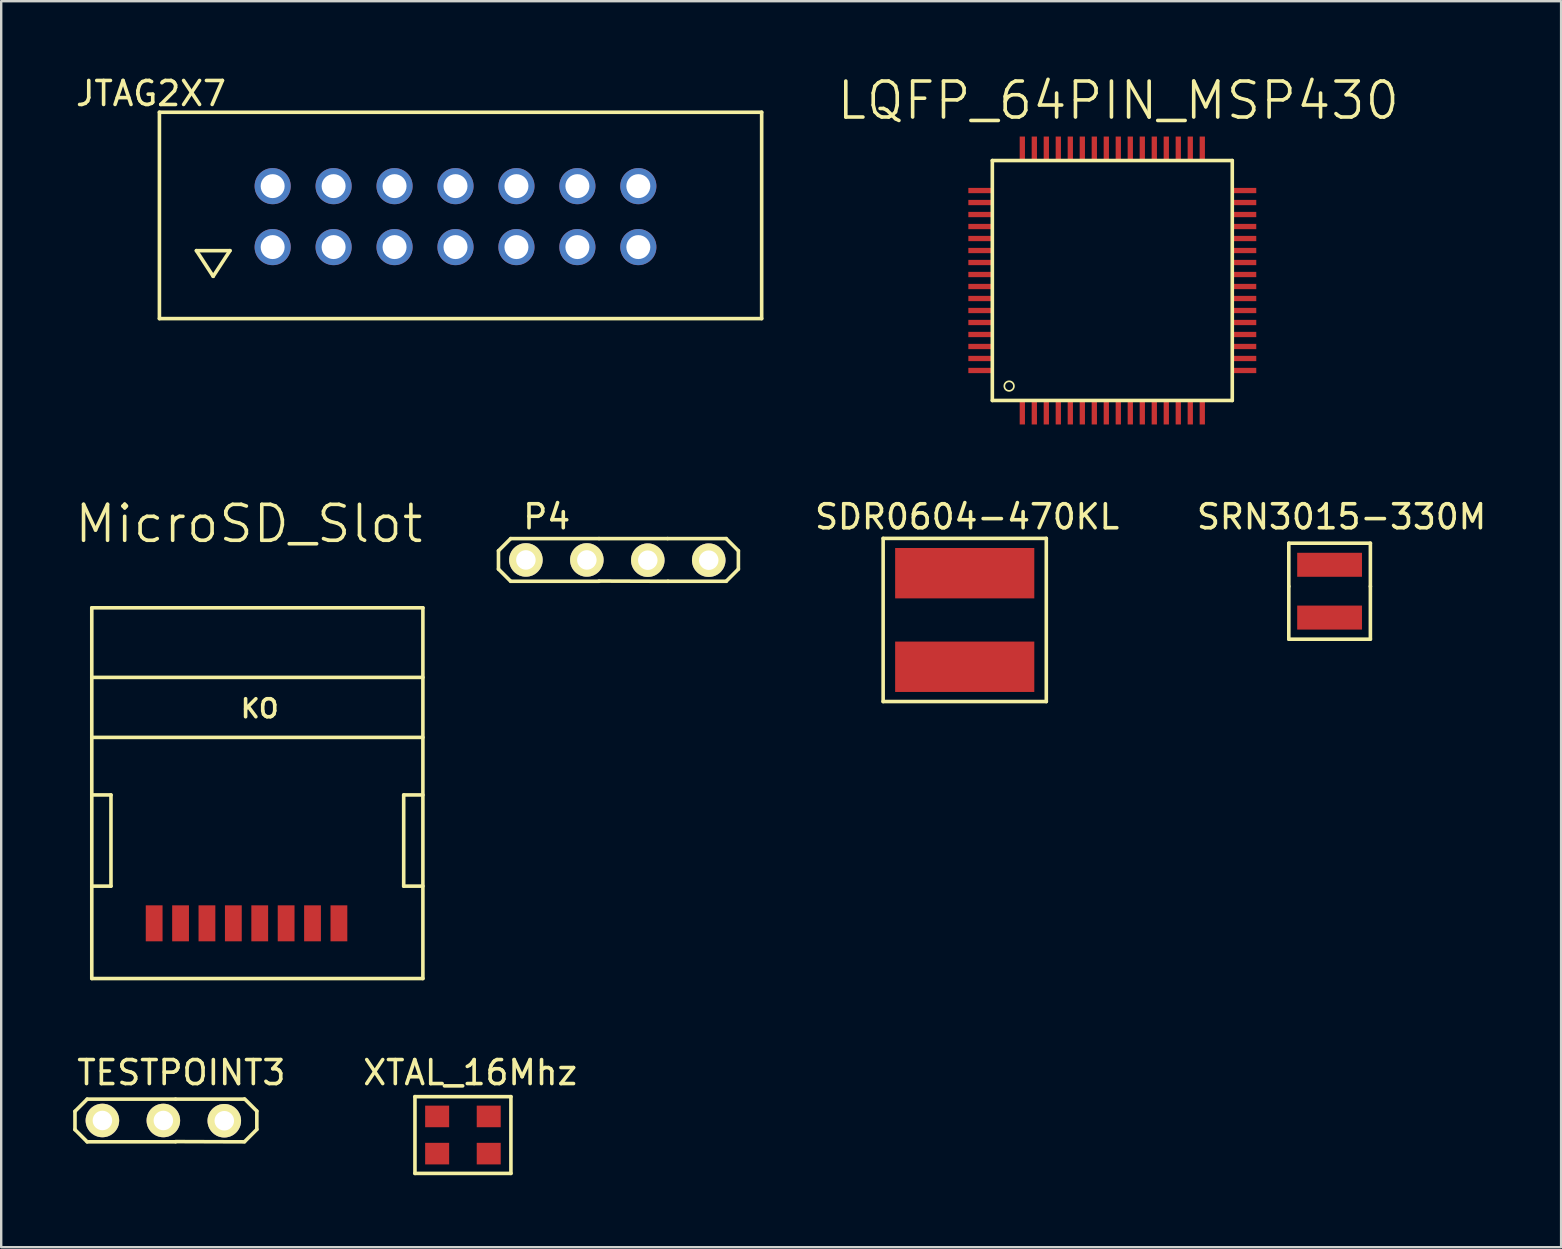
<source format=kicad_pcb>
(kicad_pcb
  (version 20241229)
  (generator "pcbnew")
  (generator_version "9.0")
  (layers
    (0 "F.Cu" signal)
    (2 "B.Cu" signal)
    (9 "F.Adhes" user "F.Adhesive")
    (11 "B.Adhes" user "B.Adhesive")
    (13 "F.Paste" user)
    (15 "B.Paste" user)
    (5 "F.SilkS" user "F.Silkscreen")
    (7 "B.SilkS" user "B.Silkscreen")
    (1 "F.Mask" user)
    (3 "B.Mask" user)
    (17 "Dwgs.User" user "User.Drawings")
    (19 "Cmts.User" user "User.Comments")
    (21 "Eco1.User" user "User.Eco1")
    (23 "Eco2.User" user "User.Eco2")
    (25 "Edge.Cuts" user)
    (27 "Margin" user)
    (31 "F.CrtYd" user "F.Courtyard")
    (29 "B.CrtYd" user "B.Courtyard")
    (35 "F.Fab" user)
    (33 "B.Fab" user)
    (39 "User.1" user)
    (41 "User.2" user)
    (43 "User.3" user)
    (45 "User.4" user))
  (footprint "SDR0604-470KL"
    (layer "F.Cu")
    (at 37.157 22.789)
    (property "Reference" "SDR0604-470KL" (at 0.1 -4.3 0) (layer "F.SilkS") (effects (font (size 1 1) (thickness 0.15))))
    (attr through_hole)
    (fp_line (start -3.4 -3.4) (end -3.4 3.4) (stroke (width 0.15) (type solid)) (layer "F.SilkS"))
    (fp_line (start -3.4 3.4) (end 3.4 3.4) (stroke (width 0.15) (type solid)) (layer "F.SilkS"))
    (fp_line (start 3.4 -3.4) (end -3.4 -3.4) (stroke (width 0.15) (type solid)) (layer "F.SilkS"))
    (fp_line (start 3.4 3.4) (end 3.4 -3.4) (stroke (width 0.15) (type solid)) (layer "F.SilkS"))
    (pad "1" smd rect (at 0 1.95) (size 5.8 2.1) (layers "F.Cu" "F.Mask" "F.Paste"))
    (pad "2" smd rect (at 0 -1.95) (size 5.8 2.1) (layers "F.Cu" "F.Mask" "F.Paste")))
  (footprint "LQFP_64PIN_MSP430"
    (layer "F.Cu")
    (at 43.308 8.641)
    (property "Reference" "LQFP_64PIN_MSP430" (at 0.25 -7.5 0) (layer "F.SilkS") (effects (font (size 1.5 1.5) (thickness 0.15))))
    (attr through_hole)
    (fp_line (start -5 -5) (end 5 -5) (stroke (width 0.15) (type solid)) (layer "F.SilkS"))
    (fp_line (start -5 5) (end -5 -5) (stroke (width 0.15) (type solid)) (layer "F.SilkS"))
    (fp_line (start -5 5) (end 5 5) (stroke (width 0.15) (type solid)) (layer "F.SilkS"))
    (fp_line (start 5 -5) (end 5 5) (stroke (width 0.15) (type solid)) (layer "F.SilkS"))
    (fp_circle (center -4.3 4.4) (end -4.3 4.2) (stroke (width 0.07) (type solid)) (fill no) (layer "F.SilkS"))
    (pad "1" smd rect (at -3.75 5.5) (size 0.22 1) (layers "F.Cu" "F.Mask" "F.Paste"))
    (pad "2" smd rect (at -3.25 5.5) (size 0.22 1) (layers "F.Cu" "F.Mask" "F.Paste"))
    (pad "3" smd rect (at -2.75 5.5) (size 0.22 1) (layers "F.Cu" "F.Mask" "F.Paste"))
    (pad "4" smd rect (at -2.25 5.5) (size 0.22 1) (layers "F.Cu" "F.Mask" "F.Paste"))
    (pad "5" smd rect (at -1.75 5.5) (size 0.22 1) (layers "F.Cu" "F.Mask" "F.Paste"))
    (pad "6" smd rect (at -1.25 5.5) (size 0.22 1) (layers "F.Cu" "F.Mask" "F.Paste"))
    (pad "7" smd rect (at -0.75 5.5) (size 0.22 1) (layers "F.Cu" "F.Mask" "F.Paste"))
    (pad "8" smd rect (at -0.25 5.5) (size 0.22 1) (layers "F.Cu" "F.Mask" "F.Paste"))
    (pad "9" smd rect (at 0.25 5.5) (size 0.22 1) (layers "F.Cu" "F.Mask" "F.Paste"))
    (pad "10" smd rect (at 0.75 5.5) (size 0.22 1) (layers "F.Cu" "F.Mask" "F.Paste"))
    (pad "11" smd rect (at 1.25 5.5) (size 0.22 1) (layers "F.Cu" "F.Mask" "F.Paste"))
    (pad "12" smd rect (at 1.75 5.5) (size 0.22 1) (layers "F.Cu" "F.Mask" "F.Paste"))
    (pad "13" smd rect (at 2.25 5.5) (size 0.22 1) (layers "F.Cu" "F.Mask" "F.Paste"))
    (pad "14" smd rect (at 2.75 5.5) (size 0.22 1) (layers "F.Cu" "F.Mask" "F.Paste"))
    (pad "15" smd rect (at 3.25 5.5) (size 0.22 1) (layers "F.Cu" "F.Mask" "F.Paste"))
    (pad "16" smd rect (at 3.75 5.5) (size 0.22 1) (layers "F.Cu" "F.Mask" "F.Paste"))
    (pad "17" smd rect (at 5.5 3.75 90) (size 0.22 1) (layers "F.Cu" "F.Mask" "F.Paste"))
    (pad "18" smd rect (at 5.5 3.25 90) (size 0.22 1) (layers "F.Cu" "F.Mask" "F.Paste"))
    (pad "19" smd rect (at 5.5 2.75 90) (size 0.22 1) (layers "F.Cu" "F.Mask" "F.Paste"))
    (pad "20" smd rect (at 5.5 2.25 90) (size 0.22 1) (layers "F.Cu" "F.Mask" "F.Paste"))
    (pad "21" smd rect (at 5.5 1.75 90) (size 0.22 1) (layers "F.Cu" "F.Mask" "F.Paste"))
    (pad "22" smd rect (at 5.5 1.25 90) (size 0.22 1) (layers "F.Cu" "F.Mask" "F.Paste"))
    (pad "23" smd rect (at 5.5 0.75 90) (size 0.22 1) (layers "F.Cu" "F.Mask" "F.Paste"))
    (pad "24" smd rect (at 5.5 0.25 90) (size 0.22 1) (layers "F.Cu" "F.Mask" "F.Paste"))
    (pad "25" smd rect (at 5.5 -0.25 90) (size 0.22 1) (layers "F.Cu" "F.Mask" "F.Paste"))
    (pad "26" smd rect (at 5.5 -0.75 90) (size 0.22 1) (layers "F.Cu" "F.Mask" "F.Paste"))
    (pad "27" smd rect (at 5.5 -1.25 90) (size 0.22 1) (layers "F.Cu" "F.Mask" "F.Paste"))
    (pad "28" smd rect (at 5.5 -1.75 90) (size 0.22 1) (layers "F.Cu" "F.Mask" "F.Paste"))
    (pad "29" smd rect (at 5.5 -2.25 90) (size 0.22 1) (layers "F.Cu" "F.Mask" "F.Paste"))
    (pad "30" smd rect (at 5.5 -2.75 90) (size 0.22 1) (layers "F.Cu" "F.Mask" "F.Paste"))
    (pad "31" smd rect (at 5.5 -3.25 90) (size 0.22 1) (layers "F.Cu" "F.Mask" "F.Paste"))
    (pad "32" smd rect (at 5.5 -3.75 90) (size 0.22 1) (layers "F.Cu" "F.Mask" "F.Paste"))
    (pad "33" smd rect (at 3.75 -5.5 180) (size 0.22 1) (layers "F.Cu" "F.Mask" "F.Paste"))
    (pad "34" smd rect (at 3.25 -5.5 180) (size 0.22 1) (layers "F.Cu" "F.Mask" "F.Paste"))
    (pad "35" smd rect (at 2.75 -5.5 180) (size 0.22 1) (layers "F.Cu" "F.Mask" "F.Paste"))
    (pad "36" smd rect (at 2.25 -5.5 180) (size 0.22 1) (layers "F.Cu" "F.Mask" "F.Paste"))
    (pad "37" smd rect (at 1.75 -5.5 180) (size 0.22 1) (layers "F.Cu" "F.Mask" "F.Paste"))
    (pad "38" smd rect (at 1.25 -5.5 180) (size 0.22 1) (layers "F.Cu" "F.Mask" "F.Paste"))
    (pad "39" smd rect (at 0.75 -5.5 180) (size 0.22 1) (layers "F.Cu" "F.Mask" "F.Paste"))
    (pad "40" smd rect (at 0.25 -5.5 180) (size 0.22 1) (layers "F.Cu" "F.Mask" "F.Paste"))
    (pad "41" smd rect (at -0.25 -5.5 180) (size 0.22 1) (layers "F.Cu" "F.Mask" "F.Paste"))
    (pad "42" smd rect (at -0.75 -5.5 180) (size 0.22 1) (layers "F.Cu" "F.Mask" "F.Paste"))
    (pad "43" smd rect (at -1.25 -5.5 180) (size 0.22 1) (layers "F.Cu" "F.Mask" "F.Paste"))
    (pad "44" smd rect (at -1.75 -5.5 180) (size 0.22 1) (layers "F.Cu" "F.Mask" "F.Paste"))
    (pad "45" smd rect (at -2.25 -5.5 180) (size 0.22 1) (layers "F.Cu" "F.Mask" "F.Paste"))
    (pad "46" smd rect (at -2.75 -5.5 180) (size 0.22 1) (layers "F.Cu" "F.Mask" "F.Paste"))
    (pad "47" smd rect (at -3.25 -5.5 180) (size 0.22 1) (layers "F.Cu" "F.Mask" "F.Paste"))
    (pad "48" smd rect (at -3.75 -5.5 180) (size 0.22 1) (layers "F.Cu" "F.Mask" "F.Paste"))
    (pad "49" smd rect (at -5.5 -3.75 90) (size 0.22 1) (layers "F.Cu" "F.Mask" "F.Paste"))
    (pad "50" smd rect (at -5.5 -3.25 90) (size 0.22 1) (layers "F.Cu" "F.Mask" "F.Paste"))
    (pad "51" smd rect (at -5.5 -2.75 90) (size 0.22 1) (layers "F.Cu" "F.Mask" "F.Paste"))
    (pad "52" smd rect (at -5.5 -2.25 90) (size 0.22 1) (layers "F.Cu" "F.Mask" "F.Paste"))
    (pad "53" smd rect (at -5.5 -1.75 90) (size 0.22 1) (layers "F.Cu" "F.Mask" "F.Paste"))
    (pad "54" smd rect (at -5.5 -1.25 90) (size 0.22 1) (layers "F.Cu" "F.Mask" "F.Paste"))
    (pad "55" smd rect (at -5.5 -0.75 90) (size 0.22 1) (layers "F.Cu" "F.Mask" "F.Paste"))
    (pad "56" smd rect (at -5.5 -0.25 90) (size 0.22 1) (layers "F.Cu" "F.Mask" "F.Paste"))
    (pad "57" smd rect (at -5.5 0.25 90) (size 0.22 1) (layers "F.Cu" "F.Mask" "F.Paste"))
    (pad "58" smd rect (at -5.5 0.75 90) (size 0.22 1) (layers "F.Cu" "F.Mask" "F.Paste"))
    (pad "59" smd rect (at -5.5 1.25 90) (size 0.22 1) (layers "F.Cu" "F.Mask" "F.Paste"))
    (pad "60" smd rect (at -5.5 1.75 90) (size 0.22 1) (layers "F.Cu" "F.Mask" "F.Paste"))
    (pad "61" smd rect (at -5.5 2.25 90) (size 0.22 1) (layers "F.Cu" "F.Mask" "F.Paste"))
    (pad "62" smd rect (at -5.5 2.75 90) (size 0.22 1) (layers "F.Cu" "F.Mask" "F.Paste"))
    (pad "63" smd rect (at -5.5 3.25 90) (size 0.22 1) (layers "F.Cu" "F.Mask" "F.Paste"))
    (pad "64" smd rect (at -5.5 3.75 90) (size 0.22 1) (layers "F.Cu" "F.Mask" "F.Paste")))
  (footprint "P4"
    (layer "F.Cu")
    (at 21.438 20.267)
    (property "Reference" "P4" (at -1.702 -1.778 0) (layer "F.SilkS") (effects (font (size 1 1) (thickness 0.15))))
    (attr through_hole)
    (fp_line (start -3.713 -0.361) (end -3.205 -0.869) (stroke (width 0.15) (type solid)) (layer "F.SilkS"))
    (fp_line (start -3.713 0.401) (end -3.713 -0.361) (stroke (width 0.15) (type solid)) (layer "F.SilkS"))
    (fp_line (start -3.205 -0.869) (end 0.478 -0.869) (stroke (width 0.15) (type solid)) (layer "F.SilkS"))
    (fp_line (start -3.205 0.909) (end -3.713 0.401) (stroke (width 0.15) (type solid)) (layer "F.SilkS"))
    (fp_line (start 0.478 0.909) (end -3.205 0.909) (stroke (width 0.15) (type solid)) (layer "F.SilkS"))
    (fp_line (start 0.48 -0.87) (end 3.33 -0.87) (stroke (width 0.15) (type solid)) (layer "F.SilkS"))
    (fp_line (start 3.34 -0.87) (end 5.78 -0.87) (stroke (width 0.15) (type solid)) (layer "F.SilkS"))
    (fp_line (start 3.35 0.91) (end 0.48 0.9) (stroke (width 0.15) (type solid)) (layer "F.SilkS"))
    (fp_line (start 3.35 0.91) (end 5.78 0.91) (stroke (width 0.15) (type solid)) (layer "F.SilkS"))
    (fp_line (start 5.778 -0.869) (end 6.286 -0.361) (stroke (width 0.15) (type solid)) (layer "F.SilkS"))
    (fp_line (start 6.286 -0.361) (end 6.286 0.401) (stroke (width 0.15) (type solid)) (layer "F.SilkS"))
    (fp_line (start 6.286 0.401) (end 5.778 0.909) (stroke (width 0.15) (type solid)) (layer "F.SilkS"))
    (pad "1" thru_hole circle (at -2.57 0.02) (size 1.397 1.397) (drill 0.813) (layers "*.Cu" "*.Mask" "F.SilkS"))
    (pad "2" thru_hole circle (at -0.03 0.02) (size 1.397 1.397) (drill 0.813) (layers "*.Cu" "*.Mask" "F.SilkS"))
    (pad "3" thru_hole circle (at 2.51 0.03) (size 1.397 1.397) (drill 0.813) (layers "*.Cu" "*.Mask" "F.SilkS"))
    (pad "4" thru_hole circle (at 5.05 0.03) (size 1.397 1.397) (drill 0.813) (layers "*.Cu" "*.Mask" "F.SilkS")))
  (footprint "JTAG2X7"
    (layer "F.Cu")
    (at 15.944 5.928)
    (property "Reference" "JTAG2X7" (at -12.7 -5.08 0) (layer "F.SilkS") (effects (font (size 1 1) (thickness 0.15))))
    (attr exclude_from_pos_files exclude_from_bom)
    (fp_line (start -12.35 -4.3) (end -12.35 4.3) (stroke (width 0.15) (type solid)) (layer "F.SilkS"))
    (fp_line (start -12.35 -4.3) (end 12.75 -4.3) (stroke (width 0.15) (type solid)) (layer "F.SilkS"))
    (fp_line (start -12.35 4.3) (end 12.75 4.3) (stroke (width 0.15) (type solid)) (layer "F.SilkS"))
    (fp_line (start -10.808 1.468) (end -10.11 2.538) (stroke (width 0.15) (type solid)) (layer "F.SilkS"))
    (fp_line (start -10.11 2.538) (end -9.409 1.468) (stroke (width 0.15) (type solid)) (layer "F.SilkS"))
    (fp_line (start -9.409 1.468) (end -10.808 1.468) (stroke (width 0.15) (type solid)) (layer "F.SilkS"))
    (fp_line (start 12.75 -4.3) (end 12.75 4.3) (stroke (width 0.15) (type solid)) (layer "F.SilkS"))
    (pad "1" thru_hole circle (at -7.63 1.32) (size 1.506 1.506) (drill 0.998) (layers "*.Cu" "*.Mask"))
    (pad "2" thru_hole circle (at -7.63 -1.22) (size 1.506 1.506) (drill 0.998) (layers "*.Cu" "*.Mask"))
    (pad "3" thru_hole circle (at -5.09 1.32) (size 1.506 1.506) (drill 0.998) (layers "*.Cu" "*.Mask"))
    (pad "4" thru_hole circle (at -5.09 -1.22) (size 1.506 1.506) (drill 0.998) (layers "*.Cu" "*.Mask"))
    (pad "5" thru_hole circle (at -2.55 1.32) (size 1.506 1.506) (drill 0.998) (layers "*.Cu" "*.Mask"))
    (pad "6" thru_hole circle (at -2.55 -1.22) (size 1.506 1.506) (drill 0.998) (layers "*.Cu" "*.Mask"))
    (pad "7" thru_hole circle (at -0.01 1.32) (size 1.506 1.506) (drill 0.998) (layers "*.Cu" "*.Mask"))
    (pad "8" thru_hole circle (at -0.01 -1.22) (size 1.506 1.506) (drill 0.998) (layers "*.Cu" "*.Mask"))
    (pad "9" thru_hole circle (at 2.53 1.32) (size 1.506 1.506) (drill 0.998) (layers "*.Cu" "*.Mask"))
    (pad "10" thru_hole circle (at 2.53 -1.22) (size 1.506 1.506) (drill 0.998) (layers "*.Cu" "*.Mask"))
    (pad "11" thru_hole circle (at 5.07 1.32) (size 1.506 1.506) (drill 0.998) (layers "*.Cu" "*.Mask"))
    (pad "12" thru_hole circle (at 5.07 -1.22) (size 1.506 1.506) (drill 0.998) (layers "*.Cu" "*.Mask"))
    (pad "13" thru_hole circle (at 7.61 1.32) (size 1.506 1.506) (drill 0.998) (layers "*.Cu" "*.Mask"))
    (pad "14" thru_hole circle (at 7.61 -1.22) (size 1.506 1.506) (drill 0.998) (layers "*.Cu" "*.Mask")))
  (footprint "SRN3015-330M"
    (layer "F.Cu")
    (at 52.364 21.589)
    (property "Reference" "SRN3015-330M" (at 0.5 -3.1 0) (layer "F.SilkS") (effects (font (size 1 1) (thickness 0.15))))
    (attr through_hole)
    (fp_line (start -1.7 -2) (end -1.7 -0.2) (stroke (width 0.15) (type solid)) (layer "F.SilkS"))
    (fp_line (start -1.7 -0.2) (end -1.7 2) (stroke (width 0.15) (type solid)) (layer "F.SilkS"))
    (fp_line (start -1.7 2) (end 1.7 2) (stroke (width 0.15) (type solid)) (layer "F.SilkS"))
    (fp_line (start 1.7 -2) (end -1.7 -2) (stroke (width 0.15) (type solid)) (layer "F.SilkS"))
    (fp_line (start 1.7 -0.2) (end 1.7 -2) (stroke (width 0.15) (type solid)) (layer "F.SilkS"))
    (fp_line (start 1.7 2) (end 1.7 -0.2) (stroke (width 0.15) (type solid)) (layer "F.SilkS"))
    (pad "1" smd rect (at 0 -1.1) (size 2.7 1) (layers "F.Cu" "F.Mask" "F.Paste"))
    (pad "2" smd rect (at 0 1.1) (size 2.7 1) (layers "F.Cu" "F.Mask" "F.Paste")))
  (footprint "TESTPOINT3"
    (layer "F.Cu")
    (at 3.788 43.629)
    (property "Reference" "TESTPOINT3" (at 0.72 -1.974 0) (layer "F.SilkS") (effects (font (size 1 1) (thickness 0.15))))
    (attr through_hole)
    (fp_line (start -3.713 -0.361) (end -3.205 -0.869) (stroke (width 0.15) (type solid)) (layer "F.SilkS"))
    (fp_line (start -3.713 0.401) (end -3.713 -0.361) (stroke (width 0.15) (type solid)) (layer "F.SilkS"))
    (fp_line (start -3.205 -0.869) (end 0.478 -0.869) (stroke (width 0.15) (type solid)) (layer "F.SilkS"))
    (fp_line (start -3.205 0.909) (end -3.713 0.401) (stroke (width 0.15) (type solid)) (layer "F.SilkS"))
    (fp_line (start 0.478 0.909) (end -3.205 0.909) (stroke (width 0.15) (type solid)) (layer "F.SilkS"))
    (fp_line (start 0.48 -0.87) (end 3.33 -0.87) (stroke (width 0.15) (type solid)) (layer "F.SilkS"))
    (fp_line (start 3.35 0.91) (end 0.48 0.9) (stroke (width 0.15) (type solid)) (layer "F.SilkS"))
    (fp_line (start 3.358 -0.879) (end 3.866 -0.371) (stroke (width 0.15) (type solid)) (layer "F.SilkS"))
    (fp_line (start 3.866 -0.371) (end 3.866 0.391) (stroke (width 0.15) (type solid)) (layer "F.SilkS"))
    (fp_line (start 3.866 0.391) (end 3.358 0.899) (stroke (width 0.15) (type solid)) (layer "F.SilkS"))
    (pad "1" thru_hole circle (at -2.57 0.02) (size 1.397 1.397) (drill 0.813) (layers "*.Cu" "*.Mask" "F.SilkS"))
    (pad "2" thru_hole circle (at -0.03 0.02) (size 1.397 1.397) (drill 0.813) (layers "*.Cu" "*.Mask" "F.SilkS"))
    (pad "3" thru_hole circle (at 2.51 0.03) (size 1.397 1.397) (drill 0.813) (layers "*.Cu" "*.Mask" "F.SilkS")))
  (footprint "MicroSD_Slot"
    (layer "F.Cu")
    (at 7.825 30.282)
    (property "Reference" "MicroSD_Slot" (at -0.5 -11.5 0) (layer "F.SilkS") (effects (font (size 1.5 1.5) (thickness 0.15))))
    (attr through_hole)
    (fp_line (start -7.05 -8) (end 6.75 -8) (stroke (width 0.15) (type solid)) (layer "F.SilkS"))
    (fp_line (start -7.05 -5.1) (end 6.75 -5.1) (stroke (width 0.15) (type solid)) (layer "F.SilkS"))
    (fp_line (start -7.05 -2.6) (end 6.75 -2.6) (stroke (width 0.15) (type solid)) (layer "F.SilkS"))
    (fp_line (start -7.05 -0.2) (end -6.25 -0.2) (stroke (width 0.15) (type solid)) (layer "F.SilkS"))
    (fp_line (start -7.05 7.45) (end -7.05 -8) (stroke (width 0.15) (type solid)) (layer "F.SilkS"))
    (fp_line (start -6.25 -0.2) (end -6.25 3.6) (stroke (width 0.15) (type solid)) (layer "F.SilkS"))
    (fp_line (start -6.25 3.6) (end -7.05 3.6) (stroke (width 0.15) (type solid)) (layer "F.SilkS"))
    (fp_line (start 5.95 -0.2) (end 5.95 3.6) (stroke (width 0.15) (type solid)) (layer "F.SilkS"))
    (fp_line (start 5.95 3.6) (end 6.75 3.6) (stroke (width 0.15) (type solid)) (layer "F.SilkS"))
    (fp_line (start 6.75 -0.2) (end 5.95 -0.2) (stroke (width 0.15) (type solid)) (layer "F.SilkS"))
    (fp_line (start 6.75 7.45) (end -7.05 7.45) (stroke (width 0.15) (type solid)) (layer "F.SilkS"))
    (fp_line (start 6.75 7.45) (end 6.75 -8) (stroke (width 0.15) (type solid)) (layer "F.SilkS"))
    (fp_text user "KO" (at -0.05 -3.8 0) (layer "F.SilkS") (effects (font (size 0.75 0.75) (thickness 0.15))))
    (pad "1" smd rect (at 3.25 5.15) (size 0.7 1.5) (layers "F.Cu" "F.Mask" "F.Paste"))
    (pad "2" smd rect (at 2.15 5.15) (size 0.7 1.5) (layers "F.Cu" "F.Mask" "F.Paste"))
    (pad "3" smd rect (at 1.05 5.15) (size 0.7 1.5) (layers "F.Cu" "F.Mask" "F.Paste"))
    (pad "4" smd rect (at -0.05 5.15) (size 0.7 1.5) (layers "F.Cu" "F.Mask" "F.Paste"))
    (pad "5" smd rect (at -1.15 5.15) (size 0.7 1.5) (layers "F.Cu" "F.Mask" "F.Paste"))
    (pad "6" smd rect (at -2.25 5.15) (size 0.7 1.5) (layers "F.Cu" "F.Mask" "F.Paste"))
    (pad "7" smd rect (at -3.35 5.15) (size 0.7 1.5) (layers "F.Cu" "F.Mask" "F.Paste"))
    (pad "8" smd rect (at -4.45 5.15) (size 0.7 1.5) (layers "F.Cu" "F.Mask" "F.Paste")))
  (footprint "XTAL_16Mhz"
    (layer "F.Cu")
    (at 16.244 44.255)
    (property "Reference" "XTAL_16Mhz" (at 0.3 -2.6 0) (layer "F.SilkS") (effects (font (size 1 1) (thickness 0.15))))
    (attr through_hole)
    (fp_line (start -2 -1.6) (end 2 -1.6) (stroke (width 0.15) (type solid)) (layer "F.SilkS"))
    (fp_line (start -2 1.6) (end -2 -1.6) (stroke (width 0.15) (type solid)) (layer "F.SilkS"))
    (fp_line (start 2 -1.6) (end 2 1.6) (stroke (width 0.15) (type solid)) (layer "F.SilkS"))
    (fp_line (start 2 1.6) (end -2 1.6) (stroke (width 0.15) (type solid)) (layer "F.SilkS"))
    (pad "1" smd rect (at -1.075 0.775) (size 1 0.9) (layers "F.Cu" "F.Mask" "F.Paste"))
    (pad "2" smd rect (at 1.075 0.775) (size 1 0.9) (layers "F.Cu" "F.Mask" "F.Paste"))
    (pad "3" smd rect (at 1.075 -0.775) (size 1 0.9) (layers "F.Cu" "F.Mask" "F.Paste"))
    (pad "4" smd rect (at -1.075 -0.775) (size 1 0.9) (layers "F.Cu" "F.Mask" "F.Paste")))
  (gr_rect
    (start -3 -3)
    (end 62.013 48.93)
    (stroke (width 0.1) (type default))
    (fill no)
    (layer "Edge.Cuts")))
</source>
